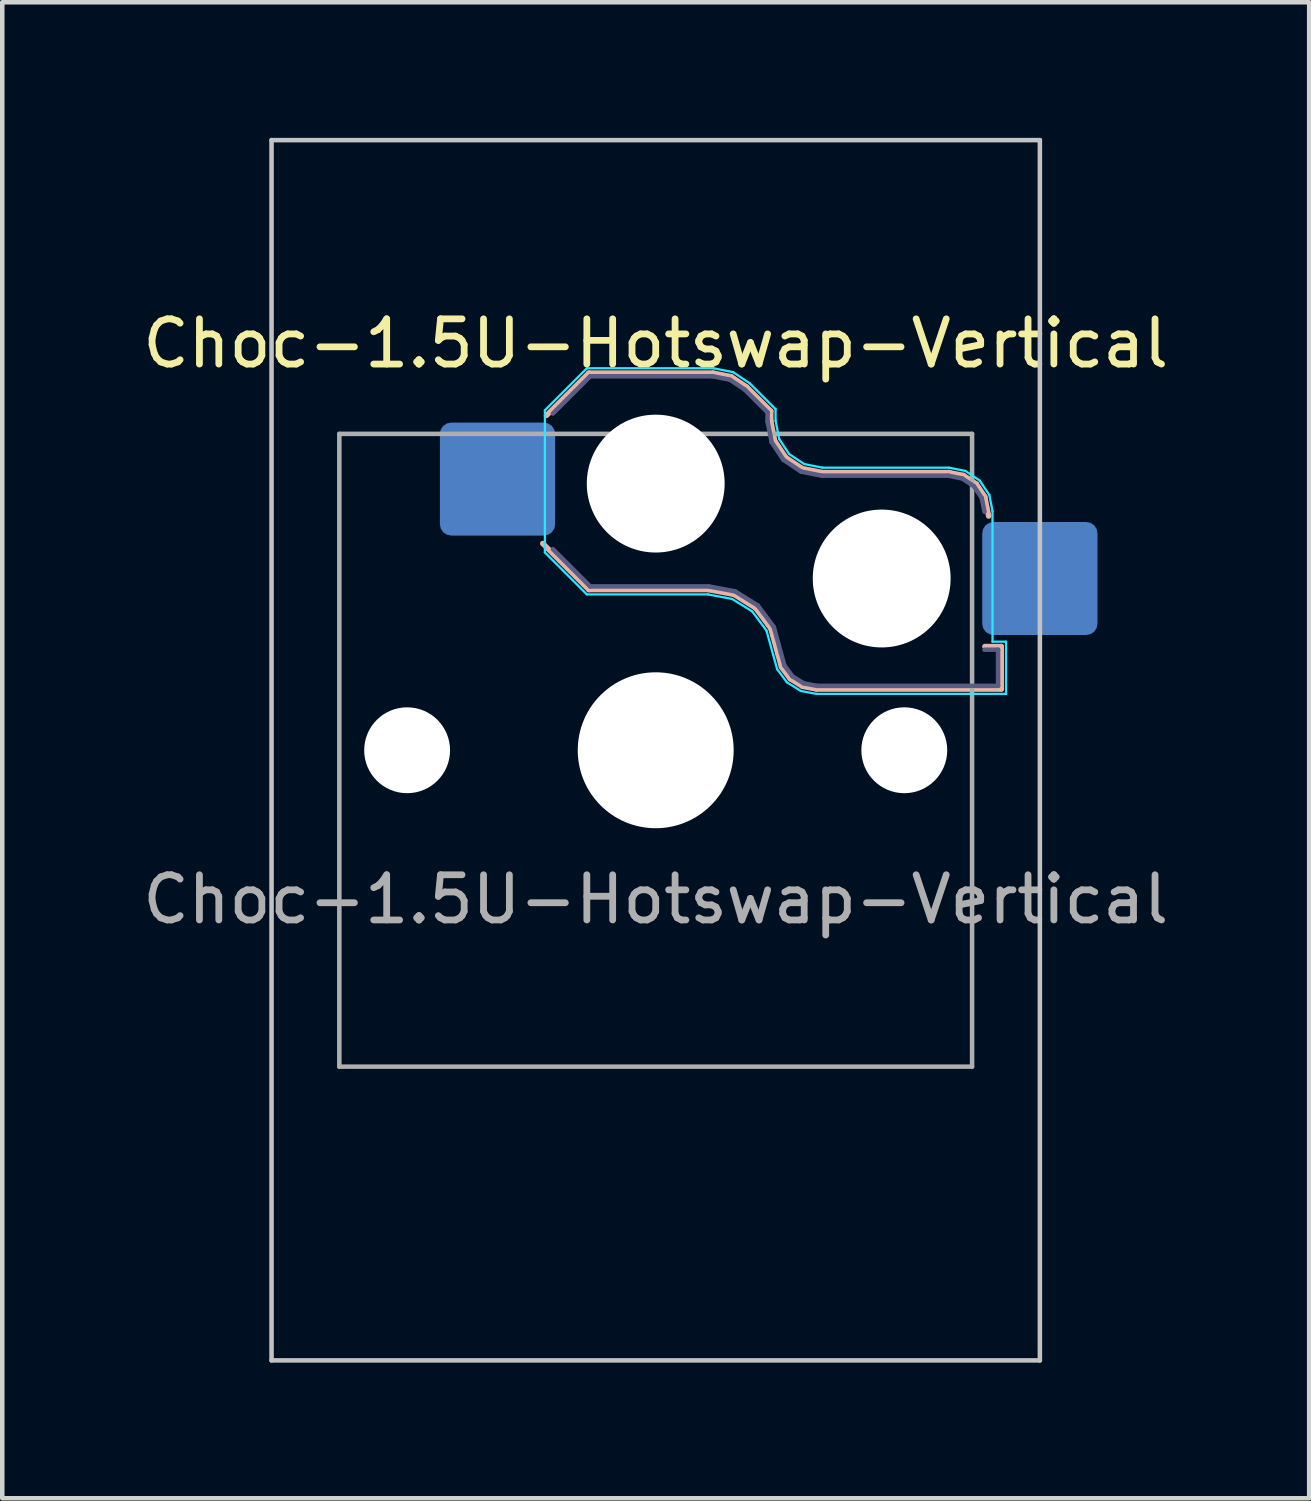
<source format=kicad_pcb>
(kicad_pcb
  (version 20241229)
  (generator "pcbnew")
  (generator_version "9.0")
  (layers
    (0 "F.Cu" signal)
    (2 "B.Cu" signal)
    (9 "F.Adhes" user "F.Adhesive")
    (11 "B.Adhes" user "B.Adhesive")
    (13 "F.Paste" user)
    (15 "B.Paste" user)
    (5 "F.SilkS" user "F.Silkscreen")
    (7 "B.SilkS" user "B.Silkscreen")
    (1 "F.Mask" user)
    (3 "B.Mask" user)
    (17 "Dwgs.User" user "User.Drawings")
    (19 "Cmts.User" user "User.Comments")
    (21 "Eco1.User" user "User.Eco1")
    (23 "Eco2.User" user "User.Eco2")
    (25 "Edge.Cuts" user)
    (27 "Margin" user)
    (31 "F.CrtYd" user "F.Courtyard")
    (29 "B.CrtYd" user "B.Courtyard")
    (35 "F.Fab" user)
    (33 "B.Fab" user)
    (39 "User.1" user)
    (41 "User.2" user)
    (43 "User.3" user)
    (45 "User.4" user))
  (footprint "Choc-1.5U-Hotswap-Vertical"
    (layer "F.Cu")
    (at 11.458 13.55)
    (property "Reference" "Choc-1.5U-Hotswap-Vertical" (at 0 -9 0) (layer "F.SilkS") (effects (font (size 1 1) (thickness 0.15))))
    (attr smd)
    (fp_line (start -2.416 -7.409) (end -1.479 -8.346) (stroke (width 0.12) (type solid)) (layer "B.SilkS"))
    (fp_line (start -1.479 -8.346) (end 1.268 -8.346) (stroke (width 0.12) (type solid)) (layer "B.SilkS"))
    (fp_line (start -1.479 -3.554) (end -2.5 -4.575) (stroke (width 0.12) (type solid)) (layer "B.SilkS"))
    (fp_line (start 1.168 -3.554) (end -1.479 -3.554) (stroke (width 0.12) (type solid)) (layer "B.SilkS"))
    (fp_line (start 1.268 -8.346) (end 1.671 -8.266) (stroke (width 0.12) (type solid)) (layer "B.SilkS"))
    (fp_line (start 1.671 -8.266) (end 2.013 -8.037) (stroke (width 0.12) (type solid)) (layer "B.SilkS"))
    (fp_line (start 1.73 -3.449) (end 1.168 -3.554) (stroke (width 0.12) (type solid)) (layer "B.SilkS"))
    (fp_line (start 2.013 -8.037) (end 2.546 -7.504) (stroke (width 0.12) (type solid)) (layer "B.SilkS"))
    (fp_line (start 2.209 -3.15) (end 1.73 -3.449) (stroke (width 0.12) (type solid)) (layer "B.SilkS"))
    (fp_line (start 2.546 -7.504) (end 2.546 -7.282) (stroke (width 0.12) (type solid)) (layer "B.SilkS"))
    (fp_line (start 2.546 -7.282) (end 2.633 -6.844) (stroke (width 0.12) (type solid)) (layer "B.SilkS"))
    (fp_line (start 2.547 -2.697) (end 2.209 -3.15) (stroke (width 0.12) (type solid)) (layer "B.SilkS"))
    (fp_line (start 2.633 -6.844) (end 2.877 -6.477) (stroke (width 0.12) (type solid)) (layer "B.SilkS"))
    (fp_line (start 2.701 -2.139) (end 2.547 -2.697) (stroke (width 0.12) (type solid)) (layer "B.SilkS"))
    (fp_line (start 2.783 -1.841) (end 2.701 -2.139) (stroke (width 0.12) (type solid)) (layer "B.SilkS"))
    (fp_line (start 2.877 -6.477) (end 3.244 -6.233) (stroke (width 0.12) (type solid)) (layer "B.SilkS"))
    (fp_line (start 2.976 -1.583) (end 2.783 -1.841) (stroke (width 0.12) (type solid)) (layer "B.SilkS"))
    (fp_line (start 3.244 -6.233) (end 3.682 -6.146) (stroke (width 0.12) (type solid)) (layer "B.SilkS"))
    (fp_line (start 3.25 -1.413) (end 2.976 -1.583) (stroke (width 0.12) (type solid)) (layer "B.SilkS"))
    (fp_line (start 3.56 -1.354) (end 3.25 -1.413) (stroke (width 0.12) (type solid)) (layer "B.SilkS"))
    (fp_line (start 3.682 -6.146) (end 6.482 -6.146) (stroke (width 0.12) (type solid)) (layer "B.SilkS"))
    (fp_line (start 6.482 -6.146) (end 6.809 -6.081) (stroke (width 0.12) (type solid)) (layer "B.SilkS"))
    (fp_line (start 6.809 -6.081) (end 7.092 -5.892) (stroke (width 0.12) (type solid)) (layer "B.SilkS"))
    (fp_line (start 7.092 -5.892) (end 7.281 -5.609) (stroke (width 0.12) (type solid)) (layer "B.SilkS"))
    (fp_line (start 7.281 -5.609) (end 7.366 -5.182) (stroke (width 0.12) (type solid)) (layer "B.SilkS"))
    (fp_line (start 7.283 -2.296) (end 7.646 -2.296) (stroke (width 0.12) (type solid)) (layer "B.SilkS"))
    (fp_line (start 7.646 -2.296) (end 7.646 -1.354) (stroke (width 0.12) (type solid)) (layer "B.SilkS"))
    (fp_line (start 7.646 -1.354) (end 3.56 -1.354) (stroke (width 0.12) (type solid)) (layer "B.SilkS"))
    (fp_line (start -8.5 -13.5) (end 8.5 -13.5) (stroke (width 0.1) (type solid)) (layer "Dwgs.User"))
    (fp_line (start -8.5 13.5) (end -8.5 -13.5) (stroke (width 0.1) (type solid)) (layer "Dwgs.User"))
    (fp_line (start 8.5 -13.5) (end 8.5 13.5) (stroke (width 0.1) (type solid)) (layer "Dwgs.User"))
    (fp_line (start 8.5 13.5) (end -8.5 13.5) (stroke (width 0.1) (type solid)) (layer "Dwgs.User"))
    (fp_line (start -2.452 -7.523) (end -1.523 -8.452) (stroke (width 0.05) (type solid)) (layer "B.CrtYd"))
    (fp_line (start -2.452 -4.377) (end -2.452 -7.523) (stroke (width 0.05) (type solid)) (layer "B.CrtYd"))
    (fp_line (start -1.523 -8.452) (end 1.278 -8.452) (stroke (width 0.05) (type solid)) (layer "B.CrtYd"))
    (fp_line (start -1.523 -3.448) (end -2.452 -4.377) (stroke (width 0.05) (type solid)) (layer "B.CrtYd"))
    (fp_line (start 1.159 -3.448) (end -1.523 -3.448) (stroke (width 0.05) (type solid)) (layer "B.CrtYd"))
    (fp_line (start 1.278 -8.452) (end 1.712 -8.366) (stroke (width 0.05) (type solid)) (layer "B.CrtYd"))
    (fp_line (start 1.691 -3.348) (end 1.159 -3.448) (stroke (width 0.05) (type solid)) (layer "B.CrtYd"))
    (fp_line (start 1.712 -8.366) (end 2.081 -8.119) (stroke (width 0.05) (type solid)) (layer "B.CrtYd"))
    (fp_line (start 2.081 -8.119) (end 2.652 -7.548) (stroke (width 0.05) (type solid)) (layer "B.CrtYd"))
    (fp_line (start 2.136 -3.071) (end 1.691 -3.348) (stroke (width 0.05) (type solid)) (layer "B.CrtYd"))
    (fp_line (start 2.45 -2.65) (end 2.136 -3.071) (stroke (width 0.05) (type solid)) (layer "B.CrtYd"))
    (fp_line (start 2.599 -2.111) (end 2.45 -2.65) (stroke (width 0.05) (type solid)) (layer "B.CrtYd"))
    (fp_line (start 2.652 -7.548) (end 2.652 -7.292) (stroke (width 0.05) (type solid)) (layer "B.CrtYd"))
    (fp_line (start 2.652 -7.292) (end 2.733 -6.885) (stroke (width 0.05) (type solid)) (layer "B.CrtYd"))
    (fp_line (start 2.687 -1.794) (end 2.599 -2.111) (stroke (width 0.05) (type solid)) (layer "B.CrtYd"))
    (fp_line (start 2.733 -6.885) (end 2.953 -6.553) (stroke (width 0.05) (type solid)) (layer "B.CrtYd"))
    (fp_line (start 2.903 -1.503) (end 2.687 -1.794) (stroke (width 0.05) (type solid)) (layer "B.CrtYd"))
    (fp_line (start 2.953 -6.553) (end 3.285 -6.333) (stroke (width 0.05) (type solid)) (layer "B.CrtYd"))
    (fp_line (start 3.211 -1.312) (end 2.903 -1.503) (stroke (width 0.05) (type solid)) (layer "B.CrtYd"))
    (fp_line (start 3.285 -6.333) (end 3.692 -6.252) (stroke (width 0.05) (type solid)) (layer "B.CrtYd"))
    (fp_line (start 3.55 -1.248) (end 3.211 -1.312) (stroke (width 0.05) (type solid)) (layer "B.CrtYd"))
    (fp_line (start 3.692 -6.252) (end 6.492 -6.252) (stroke (width 0.05) (type solid)) (layer "B.CrtYd"))
    (fp_line (start 6.492 -6.252) (end 6.85 -6.181) (stroke (width 0.05) (type solid)) (layer "B.CrtYd"))
    (fp_line (start 6.85 -6.181) (end 7.168 -5.968) (stroke (width 0.05) (type solid)) (layer "B.CrtYd"))
    (fp_line (start 7.168 -5.968) (end 7.381 -5.65) (stroke (width 0.05) (type solid)) (layer "B.CrtYd"))
    (fp_line (start 7.381 -5.65) (end 7.452 -5.292) (stroke (width 0.05) (type solid)) (layer "B.CrtYd"))
    (fp_line (start 7.452 -5.292) (end 7.452 -2.402) (stroke (width 0.05) (type solid)) (layer "B.CrtYd"))
    (fp_line (start 7.452 -2.402) (end 7.752 -2.402) (stroke (width 0.05) (type solid)) (layer "B.CrtYd"))
    (fp_line (start 7.752 -2.402) (end 7.752 -1.248) (stroke (width 0.05) (type solid)) (layer "B.CrtYd"))
    (fp_line (start 7.752 -1.248) (end 3.55 -1.248) (stroke (width 0.05) (type solid)) (layer "B.CrtYd"))
    (fp_line (start -2.275 -7.45) (end -1.45 -8.275) (stroke (width 0.1) (type solid)) (layer "B.Fab"))
    (fp_line (start -1.45 -8.275) (end 1.261 -8.275) (stroke (width 0.1) (type solid)) (layer "B.Fab"))
    (fp_line (start -1.45 -3.625) (end -2.275 -4.45) (stroke (width 0.1) (type solid)) (layer "B.Fab"))
    (fp_line (start 1.175 -3.625) (end -1.45 -3.625) (stroke (width 0.1) (type solid)) (layer "B.Fab"))
    (fp_line (start 1.261 -8.275) (end 1.643 -8.199) (stroke (width 0.1) (type solid)) (layer "B.Fab"))
    (fp_line (start 1.643 -8.199) (end 1.968 -7.982) (stroke (width 0.1) (type solid)) (layer "B.Fab"))
    (fp_line (start 1.756 -3.516) (end 1.175 -3.625) (stroke (width 0.1) (type solid)) (layer "B.Fab"))
    (fp_line (start 1.968 -7.982) (end 2.475 -7.475) (stroke (width 0.1) (type solid)) (layer "B.Fab"))
    (fp_line (start 2.258 -3.203) (end 1.756 -3.516) (stroke (width 0.1) (type solid)) (layer "B.Fab"))
    (fp_line (start 2.475 -7.475) (end 2.475 -7.275) (stroke (width 0.1) (type solid)) (layer "B.Fab"))
    (fp_line (start 2.475 -7.275) (end 2.566 -6.816) (stroke (width 0.1) (type solid)) (layer "B.Fab"))
    (fp_line (start 2.566 -6.816) (end 2.826 -6.426) (stroke (width 0.1) (type solid)) (layer "B.Fab"))
    (fp_line (start 2.612 -2.729) (end 2.258 -3.203) (stroke (width 0.1) (type solid)) (layer "B.Fab"))
    (fp_line (start 2.769 -2.158) (end 2.612 -2.729) (stroke (width 0.1) (type solid)) (layer "B.Fab"))
    (fp_line (start 2.826 -6.426) (end 3.216 -6.166) (stroke (width 0.1) (type solid)) (layer "B.Fab"))
    (fp_line (start 2.848 -1.873) (end 2.769 -2.158) (stroke (width 0.1) (type solid)) (layer "B.Fab"))
    (fp_line (start 3.025 -1.636) (end 2.848 -1.873) (stroke (width 0.1) (type solid)) (layer "B.Fab"))
    (fp_line (start 3.216 -6.166) (end 3.675 -6.075) (stroke (width 0.1) (type solid)) (layer "B.Fab"))
    (fp_line (start 3.276 -1.48) (end 3.025 -1.636) (stroke (width 0.1) (type solid)) (layer "B.Fab"))
    (fp_line (start 3.567 -1.425) (end 3.276 -1.48) (stroke (width 0.1) (type solid)) (layer "B.Fab"))
    (fp_line (start 3.675 -6.075) (end 6.475 -6.075) (stroke (width 0.1) (type solid)) (layer "B.Fab"))
    (fp_line (start 6.475 -6.075) (end 6.781 -6.014) (stroke (width 0.1) (type solid)) (layer "B.Fab"))
    (fp_line (start 6.781 -6.014) (end 7.041 -5.841) (stroke (width 0.1) (type solid)) (layer "B.Fab"))
    (fp_line (start 7.041 -5.841) (end 7.214 -5.581) (stroke (width 0.1) (type solid)) (layer "B.Fab"))
    (fp_line (start 7.214 -5.581) (end 7.275 -5.275) (stroke (width 0.1) (type solid)) (layer "B.Fab"))
    (fp_line (start 7.275 -2.225) (end 7.575 -2.225) (stroke (width 0.1) (type solid)) (layer "B.Fab"))
    (fp_line (start 7.575 -2.225) (end 7.575 -1.425) (stroke (width 0.1) (type solid)) (layer "B.Fab"))
    (fp_line (start 7.575 -1.425) (end 3.567 -1.425) (stroke (width 0.1) (type solid)) (layer "B.Fab"))
    (fp_line (start -7 -7) (end -7 7) (stroke (width 0.1) (type solid)) (layer "F.Fab"))
    (fp_line (start -7 7) (end 7 7) (stroke (width 0.1) (type solid)) (layer "F.Fab"))
    (fp_line (start 7 -7) (end -7 -7) (stroke (width 0.1) (type solid)) (layer "F.Fab"))
    (fp_line (start 7 7) (end 7 -7) (stroke (width 0.1) (type solid)) (layer "F.Fab"))
    (fp_text user "${REFERENCE}" (at 0 3.3 0) (layer "F.Fab") (effects (font (size 1 1) (thickness 0.15))))
    (pad "" np_thru_hole circle (at -5.5 0) (size 1.9 1.9) (drill 1.9) (layers "*.Cu" "*.Mask"))
    (pad "" np_thru_hole circle (at 0 -5.9) (size 3.05 3.05) (drill 3.05) (layers "*.Cu" "*.Mask"))
    (pad "" np_thru_hole circle (at 0 0) (size 3.45 3.45) (drill 3.45) (layers "*.Cu" "*.Mask"))
    (pad "" np_thru_hole circle (at 5 -3.8) (size 3.05 3.05) (drill 3.05) (layers "*.Cu" "*.Mask"))
    (pad "" np_thru_hole circle (at 5.5 0) (size 1.9 1.9) (drill 1.9) (layers "*.Cu" "*.Mask"))
    (pad "1" smd roundrect (at -3.5 -6) (size 2.55 2.5) (layers "B.Cu" "B.Mask" "B.Paste") (roundrect_rratio 0.1))
    (pad "2" smd roundrect (at 8.5 -3.8) (size 2.55 2.5) (layers "B.Cu" "B.Mask" "B.Paste") (roundrect_rratio 0.1)))
  (gr_rect
    (start -3 -3)
    (end 25.917 30.1)
    (stroke (width 0.1) (type default))
    (fill no)
    (layer "Edge.Cuts")))
</source>
